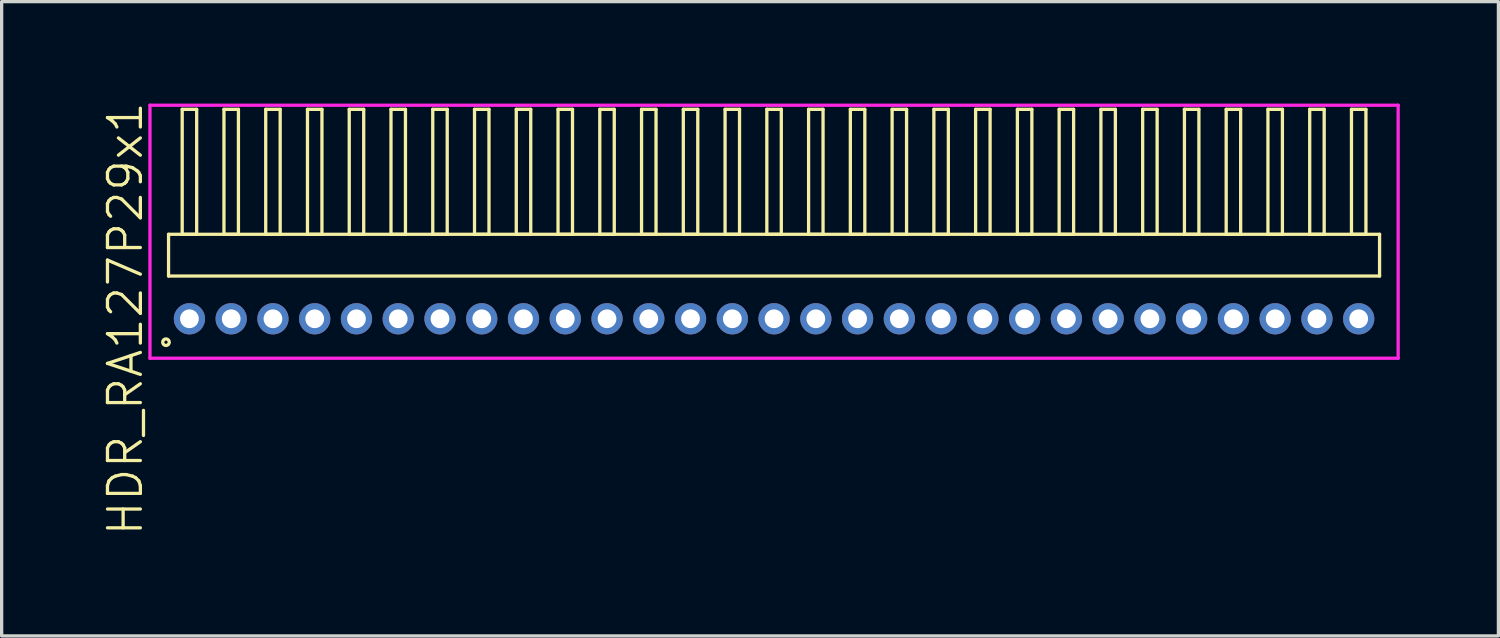
<source format=kicad_pcb>
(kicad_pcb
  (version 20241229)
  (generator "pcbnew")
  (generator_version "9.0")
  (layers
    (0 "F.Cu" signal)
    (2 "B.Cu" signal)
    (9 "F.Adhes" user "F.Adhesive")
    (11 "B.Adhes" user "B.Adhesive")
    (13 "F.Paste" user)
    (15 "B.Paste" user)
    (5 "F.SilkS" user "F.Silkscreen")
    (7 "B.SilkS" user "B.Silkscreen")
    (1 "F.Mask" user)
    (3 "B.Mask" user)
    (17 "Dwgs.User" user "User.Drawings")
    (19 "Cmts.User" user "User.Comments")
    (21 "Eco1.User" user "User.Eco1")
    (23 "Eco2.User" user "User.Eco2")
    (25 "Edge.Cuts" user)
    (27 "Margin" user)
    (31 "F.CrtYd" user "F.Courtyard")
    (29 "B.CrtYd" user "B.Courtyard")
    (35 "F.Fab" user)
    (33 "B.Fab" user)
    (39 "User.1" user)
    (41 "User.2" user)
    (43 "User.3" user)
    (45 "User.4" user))
  (footprint "HDR_RA127P29x1"
    (layer "F.Cu")
    (at 20.491 6.645)
    (property "Reference" "HDR_RA127P29x1" (at -19.73 0 90) (layer "F.SilkS") (effects (font (size 1 1) (thickness 0.1))))
    (attr through_hole)
    (fp_line (start -18.415 -2.57) (end -18.415 -1.3) (stroke (width 0.1) (type solid)) (layer "F.SilkS"))
    (fp_line (start -18.415 -1.3) (end 18.415 -1.3) (stroke (width 0.1) (type solid)) (layer "F.SilkS"))
    (fp_line (start -18 -6.37) (end -18 -2.57) (stroke (width 0.1) (type solid)) (layer "F.SilkS"))
    (fp_line (start -18 -2.57) (end -17.56 -2.57) (stroke (width 0.1) (type solid)) (layer "F.SilkS"))
    (fp_line (start -17.56 -6.37) (end -18 -6.37) (stroke (width 0.1) (type solid)) (layer "F.SilkS"))
    (fp_line (start -17.56 -2.57) (end -17.56 -6.37) (stroke (width 0.1) (type solid)) (layer "F.SilkS"))
    (fp_line (start -16.73 -6.37) (end -16.73 -2.57) (stroke (width 0.1) (type solid)) (layer "F.SilkS"))
    (fp_line (start -16.73 -2.57) (end -16.29 -2.57) (stroke (width 0.1) (type solid)) (layer "F.SilkS"))
    (fp_line (start -16.29 -6.37) (end -16.73 -6.37) (stroke (width 0.1) (type solid)) (layer "F.SilkS"))
    (fp_line (start -16.29 -2.57) (end -16.29 -6.37) (stroke (width 0.1) (type solid)) (layer "F.SilkS"))
    (fp_line (start -15.46 -6.37) (end -15.46 -2.57) (stroke (width 0.1) (type solid)) (layer "F.SilkS"))
    (fp_line (start -15.46 -2.57) (end -15.02 -2.57) (stroke (width 0.1) (type solid)) (layer "F.SilkS"))
    (fp_line (start -15.02 -6.37) (end -15.46 -6.37) (stroke (width 0.1) (type solid)) (layer "F.SilkS"))
    (fp_line (start -15.02 -2.57) (end -15.02 -6.37) (stroke (width 0.1) (type solid)) (layer "F.SilkS"))
    (fp_line (start -14.19 -6.37) (end -14.19 -2.57) (stroke (width 0.1) (type solid)) (layer "F.SilkS"))
    (fp_line (start -14.19 -2.57) (end -13.75 -2.57) (stroke (width 0.1) (type solid)) (layer "F.SilkS"))
    (fp_line (start -13.75 -6.37) (end -14.19 -6.37) (stroke (width 0.1) (type solid)) (layer "F.SilkS"))
    (fp_line (start -13.75 -2.57) (end -13.75 -6.37) (stroke (width 0.1) (type solid)) (layer "F.SilkS"))
    (fp_line (start -12.92 -6.37) (end -12.92 -2.57) (stroke (width 0.1) (type solid)) (layer "F.SilkS"))
    (fp_line (start -12.92 -2.57) (end -12.48 -2.57) (stroke (width 0.1) (type solid)) (layer "F.SilkS"))
    (fp_line (start -12.48 -6.37) (end -12.92 -6.37) (stroke (width 0.1) (type solid)) (layer "F.SilkS"))
    (fp_line (start -12.48 -2.57) (end -12.48 -6.37) (stroke (width 0.1) (type solid)) (layer "F.SilkS"))
    (fp_line (start -11.65 -6.37) (end -11.65 -2.57) (stroke (width 0.1) (type solid)) (layer "F.SilkS"))
    (fp_line (start -11.65 -2.57) (end -11.21 -2.57) (stroke (width 0.1) (type solid)) (layer "F.SilkS"))
    (fp_line (start -11.21 -6.37) (end -11.65 -6.37) (stroke (width 0.1) (type solid)) (layer "F.SilkS"))
    (fp_line (start -11.21 -2.57) (end -11.21 -6.37) (stroke (width 0.1) (type solid)) (layer "F.SilkS"))
    (fp_line (start -10.38 -6.37) (end -10.38 -2.57) (stroke (width 0.1) (type solid)) (layer "F.SilkS"))
    (fp_line (start -10.38 -2.57) (end -9.94 -2.57) (stroke (width 0.1) (type solid)) (layer "F.SilkS"))
    (fp_line (start -9.94 -6.37) (end -10.38 -6.37) (stroke (width 0.1) (type solid)) (layer "F.SilkS"))
    (fp_line (start -9.94 -2.57) (end -9.94 -6.37) (stroke (width 0.1) (type solid)) (layer "F.SilkS"))
    (fp_line (start -9.11 -6.37) (end -9.11 -2.57) (stroke (width 0.1) (type solid)) (layer "F.SilkS"))
    (fp_line (start -9.11 -2.57) (end -8.67 -2.57) (stroke (width 0.1) (type solid)) (layer "F.SilkS"))
    (fp_line (start -8.67 -6.37) (end -9.11 -6.37) (stroke (width 0.1) (type solid)) (layer "F.SilkS"))
    (fp_line (start -8.67 -2.57) (end -8.67 -6.37) (stroke (width 0.1) (type solid)) (layer "F.SilkS"))
    (fp_line (start -7.84 -6.37) (end -7.84 -2.57) (stroke (width 0.1) (type solid)) (layer "F.SilkS"))
    (fp_line (start -7.84 -2.57) (end -7.4 -2.57) (stroke (width 0.1) (type solid)) (layer "F.SilkS"))
    (fp_line (start -7.4 -6.37) (end -7.84 -6.37) (stroke (width 0.1) (type solid)) (layer "F.SilkS"))
    (fp_line (start -7.4 -2.57) (end -7.4 -6.37) (stroke (width 0.1) (type solid)) (layer "F.SilkS"))
    (fp_line (start -6.57 -6.37) (end -6.57 -2.57) (stroke (width 0.1) (type solid)) (layer "F.SilkS"))
    (fp_line (start -6.57 -2.57) (end -6.13 -2.57) (stroke (width 0.1) (type solid)) (layer "F.SilkS"))
    (fp_line (start -6.13 -6.37) (end -6.57 -6.37) (stroke (width 0.1) (type solid)) (layer "F.SilkS"))
    (fp_line (start -6.13 -2.57) (end -6.13 -6.37) (stroke (width 0.1) (type solid)) (layer "F.SilkS"))
    (fp_line (start -5.3 -6.37) (end -5.3 -2.57) (stroke (width 0.1) (type solid)) (layer "F.SilkS"))
    (fp_line (start -5.3 -2.57) (end -4.86 -2.57) (stroke (width 0.1) (type solid)) (layer "F.SilkS"))
    (fp_line (start -4.86 -6.37) (end -5.3 -6.37) (stroke (width 0.1) (type solid)) (layer "F.SilkS"))
    (fp_line (start -4.86 -2.57) (end -4.86 -6.37) (stroke (width 0.1) (type solid)) (layer "F.SilkS"))
    (fp_line (start -4.03 -6.37) (end -4.03 -2.57) (stroke (width 0.1) (type solid)) (layer "F.SilkS"))
    (fp_line (start -4.03 -2.57) (end -3.59 -2.57) (stroke (width 0.1) (type solid)) (layer "F.SilkS"))
    (fp_line (start -3.59 -6.37) (end -4.03 -6.37) (stroke (width 0.1) (type solid)) (layer "F.SilkS"))
    (fp_line (start -3.59 -2.57) (end -3.59 -6.37) (stroke (width 0.1) (type solid)) (layer "F.SilkS"))
    (fp_line (start -2.76 -6.37) (end -2.76 -2.57) (stroke (width 0.1) (type solid)) (layer "F.SilkS"))
    (fp_line (start -2.76 -2.57) (end -2.32 -2.57) (stroke (width 0.1) (type solid)) (layer "F.SilkS"))
    (fp_line (start -2.32 -6.37) (end -2.76 -6.37) (stroke (width 0.1) (type solid)) (layer "F.SilkS"))
    (fp_line (start -2.32 -2.57) (end -2.32 -6.37) (stroke (width 0.1) (type solid)) (layer "F.SilkS"))
    (fp_line (start -1.49 -6.37) (end -1.49 -2.57) (stroke (width 0.1) (type solid)) (layer "F.SilkS"))
    (fp_line (start -1.49 -2.57) (end -1.05 -2.57) (stroke (width 0.1) (type solid)) (layer "F.SilkS"))
    (fp_line (start -1.05 -6.37) (end -1.49 -6.37) (stroke (width 0.1) (type solid)) (layer "F.SilkS"))
    (fp_line (start -1.05 -2.57) (end -1.05 -6.37) (stroke (width 0.1) (type solid)) (layer "F.SilkS"))
    (fp_line (start -0.22 -6.37) (end -0.22 -2.57) (stroke (width 0.1) (type solid)) (layer "F.SilkS"))
    (fp_line (start -0.22 -2.57) (end 0.22 -2.57) (stroke (width 0.1) (type solid)) (layer "F.SilkS"))
    (fp_line (start 0.22 -6.37) (end -0.22 -6.37) (stroke (width 0.1) (type solid)) (layer "F.SilkS"))
    (fp_line (start 0.22 -2.57) (end 0.22 -6.37) (stroke (width 0.1) (type solid)) (layer "F.SilkS"))
    (fp_line (start 1.05 -6.37) (end 1.05 -2.57) (stroke (width 0.1) (type solid)) (layer "F.SilkS"))
    (fp_line (start 1.05 -2.57) (end 1.49 -2.57) (stroke (width 0.1) (type solid)) (layer "F.SilkS"))
    (fp_line (start 1.49 -6.37) (end 1.05 -6.37) (stroke (width 0.1) (type solid)) (layer "F.SilkS"))
    (fp_line (start 1.49 -2.57) (end 1.49 -6.37) (stroke (width 0.1) (type solid)) (layer "F.SilkS"))
    (fp_line (start 2.32 -6.37) (end 2.32 -2.57) (stroke (width 0.1) (type solid)) (layer "F.SilkS"))
    (fp_line (start 2.32 -2.57) (end 2.76 -2.57) (stroke (width 0.1) (type solid)) (layer "F.SilkS"))
    (fp_line (start 2.76 -6.37) (end 2.32 -6.37) (stroke (width 0.1) (type solid)) (layer "F.SilkS"))
    (fp_line (start 2.76 -2.57) (end 2.76 -6.37) (stroke (width 0.1) (type solid)) (layer "F.SilkS"))
    (fp_line (start 3.59 -6.37) (end 3.59 -2.57) (stroke (width 0.1) (type solid)) (layer "F.SilkS"))
    (fp_line (start 3.59 -2.57) (end 4.03 -2.57) (stroke (width 0.1) (type solid)) (layer "F.SilkS"))
    (fp_line (start 4.03 -6.37) (end 3.59 -6.37) (stroke (width 0.1) (type solid)) (layer "F.SilkS"))
    (fp_line (start 4.03 -2.57) (end 4.03 -6.37) (stroke (width 0.1) (type solid)) (layer "F.SilkS"))
    (fp_line (start 4.86 -6.37) (end 4.86 -2.57) (stroke (width 0.1) (type solid)) (layer "F.SilkS"))
    (fp_line (start 4.86 -2.57) (end 5.3 -2.57) (stroke (width 0.1) (type solid)) (layer "F.SilkS"))
    (fp_line (start 5.3 -6.37) (end 4.86 -6.37) (stroke (width 0.1) (type solid)) (layer "F.SilkS"))
    (fp_line (start 5.3 -2.57) (end 5.3 -6.37) (stroke (width 0.1) (type solid)) (layer "F.SilkS"))
    (fp_line (start 6.13 -6.37) (end 6.13 -2.57) (stroke (width 0.1) (type solid)) (layer "F.SilkS"))
    (fp_line (start 6.13 -2.57) (end 6.57 -2.57) (stroke (width 0.1) (type solid)) (layer "F.SilkS"))
    (fp_line (start 6.57 -6.37) (end 6.13 -6.37) (stroke (width 0.1) (type solid)) (layer "F.SilkS"))
    (fp_line (start 6.57 -2.57) (end 6.57 -6.37) (stroke (width 0.1) (type solid)) (layer "F.SilkS"))
    (fp_line (start 7.4 -6.37) (end 7.4 -2.57) (stroke (width 0.1) (type solid)) (layer "F.SilkS"))
    (fp_line (start 7.4 -2.57) (end 7.84 -2.57) (stroke (width 0.1) (type solid)) (layer "F.SilkS"))
    (fp_line (start 7.84 -6.37) (end 7.4 -6.37) (stroke (width 0.1) (type solid)) (layer "F.SilkS"))
    (fp_line (start 7.84 -2.57) (end 7.84 -6.37) (stroke (width 0.1) (type solid)) (layer "F.SilkS"))
    (fp_line (start 8.67 -6.37) (end 8.67 -2.57) (stroke (width 0.1) (type solid)) (layer "F.SilkS"))
    (fp_line (start 8.67 -2.57) (end 9.11 -2.57) (stroke (width 0.1) (type solid)) (layer "F.SilkS"))
    (fp_line (start 9.11 -6.37) (end 8.67 -6.37) (stroke (width 0.1) (type solid)) (layer "F.SilkS"))
    (fp_line (start 9.11 -2.57) (end 9.11 -6.37) (stroke (width 0.1) (type solid)) (layer "F.SilkS"))
    (fp_line (start 9.94 -6.37) (end 9.94 -2.57) (stroke (width 0.1) (type solid)) (layer "F.SilkS"))
    (fp_line (start 9.94 -2.57) (end 10.38 -2.57) (stroke (width 0.1) (type solid)) (layer "F.SilkS"))
    (fp_line (start 10.38 -6.37) (end 9.94 -6.37) (stroke (width 0.1) (type solid)) (layer "F.SilkS"))
    (fp_line (start 10.38 -2.57) (end 10.38 -6.37) (stroke (width 0.1) (type solid)) (layer "F.SilkS"))
    (fp_line (start 11.21 -6.37) (end 11.21 -2.57) (stroke (width 0.1) (type solid)) (layer "F.SilkS"))
    (fp_line (start 11.21 -2.57) (end 11.65 -2.57) (stroke (width 0.1) (type solid)) (layer "F.SilkS"))
    (fp_line (start 11.65 -6.37) (end 11.21 -6.37) (stroke (width 0.1) (type solid)) (layer "F.SilkS"))
    (fp_line (start 11.65 -2.57) (end 11.65 -6.37) (stroke (width 0.1) (type solid)) (layer "F.SilkS"))
    (fp_line (start 12.48 -6.37) (end 12.48 -2.57) (stroke (width 0.1) (type solid)) (layer "F.SilkS"))
    (fp_line (start 12.48 -2.57) (end 12.92 -2.57) (stroke (width 0.1) (type solid)) (layer "F.SilkS"))
    (fp_line (start 12.92 -6.37) (end 12.48 -6.37) (stroke (width 0.1) (type solid)) (layer "F.SilkS"))
    (fp_line (start 12.92 -2.57) (end 12.92 -6.37) (stroke (width 0.1) (type solid)) (layer "F.SilkS"))
    (fp_line (start 13.75 -6.37) (end 13.75 -2.57) (stroke (width 0.1) (type solid)) (layer "F.SilkS"))
    (fp_line (start 13.75 -2.57) (end 14.19 -2.57) (stroke (width 0.1) (type solid)) (layer "F.SilkS"))
    (fp_line (start 14.19 -6.37) (end 13.75 -6.37) (stroke (width 0.1) (type solid)) (layer "F.SilkS"))
    (fp_line (start 14.19 -2.57) (end 14.19 -6.37) (stroke (width 0.1) (type solid)) (layer "F.SilkS"))
    (fp_line (start 15.02 -6.37) (end 15.02 -2.57) (stroke (width 0.1) (type solid)) (layer "F.SilkS"))
    (fp_line (start 15.02 -2.57) (end 15.46 -2.57) (stroke (width 0.1) (type solid)) (layer "F.SilkS"))
    (fp_line (start 15.46 -6.37) (end 15.02 -6.37) (stroke (width 0.1) (type solid)) (layer "F.SilkS"))
    (fp_line (start 15.46 -2.57) (end 15.46 -6.37) (stroke (width 0.1) (type solid)) (layer "F.SilkS"))
    (fp_line (start 16.29 -6.37) (end 16.29 -2.57) (stroke (width 0.1) (type solid)) (layer "F.SilkS"))
    (fp_line (start 16.29 -2.57) (end 16.73 -2.57) (stroke (width 0.1) (type solid)) (layer "F.SilkS"))
    (fp_line (start 16.73 -6.37) (end 16.29 -6.37) (stroke (width 0.1) (type solid)) (layer "F.SilkS"))
    (fp_line (start 16.73 -2.57) (end 16.73 -6.37) (stroke (width 0.1) (type solid)) (layer "F.SilkS"))
    (fp_line (start 17.56 -6.37) (end 17.56 -2.57) (stroke (width 0.1) (type solid)) (layer "F.SilkS"))
    (fp_line (start 17.56 -2.57) (end 18 -2.57) (stroke (width 0.1) (type solid)) (layer "F.SilkS"))
    (fp_line (start 18 -6.37) (end 17.56 -6.37) (stroke (width 0.1) (type solid)) (layer "F.SilkS"))
    (fp_line (start 18 -2.57) (end 18 -6.37) (stroke (width 0.1) (type solid)) (layer "F.SilkS"))
    (fp_line (start 18.415 -2.57) (end -18.415 -2.57) (stroke (width 0.1) (type solid)) (layer "F.SilkS"))
    (fp_line (start 18.415 -1.3) (end 18.415 -2.57) (stroke (width 0.1) (type solid)) (layer "F.SilkS"))
    (fp_circle (center -18.493 0.712) (end -18.393 0.712) (stroke (width 0.1) (type solid)) (fill no) (layer "F.SilkS"))
    (fp_line (start -18.98 -6.495) (end -18.98 1.2) (stroke (width 0.1) (type solid)) (layer "F.CrtYd"))
    (fp_line (start -18.98 1.2) (end 18.98 1.2) (stroke (width 0.1) (type solid)) (layer "F.CrtYd"))
    (fp_line (start 18.98 -6.495) (end -18.98 -6.495) (stroke (width 0.1) (type solid)) (layer "F.CrtYd"))
    (fp_line (start 18.98 1.2) (end 18.98 -6.495) (stroke (width 0.1) (type solid)) (layer "F.CrtYd"))
    (pad "1" thru_hole oval (at -17.78 0) (size 0.95 0.95) (drill 0.57) (layers "*.Cu" "*.Mask"))
    (pad "2" thru_hole oval (at -16.51 0) (size 0.95 0.95) (drill 0.57) (layers "*.Cu" "*.Mask"))
    (pad "3" thru_hole oval (at -15.24 0) (size 0.95 0.95) (drill 0.57) (layers "*.Cu" "*.Mask"))
    (pad "4" thru_hole oval (at -13.97 0) (size 0.95 0.95) (drill 0.57) (layers "*.Cu" "*.Mask"))
    (pad "5" thru_hole oval (at -12.7 0) (size 0.95 0.95) (drill 0.57) (layers "*.Cu" "*.Mask"))
    (pad "6" thru_hole oval (at -11.43 0) (size 0.95 0.95) (drill 0.57) (layers "*.Cu" "*.Mask"))
    (pad "7" thru_hole oval (at -10.16 0) (size 0.95 0.95) (drill 0.57) (layers "*.Cu" "*.Mask"))
    (pad "8" thru_hole oval (at -8.89 0) (size 0.95 0.95) (drill 0.57) (layers "*.Cu" "*.Mask"))
    (pad "9" thru_hole oval (at -7.62 0) (size 0.95 0.95) (drill 0.57) (layers "*.Cu" "*.Mask"))
    (pad "10" thru_hole oval (at -6.35 0) (size 0.95 0.95) (drill 0.57) (layers "*.Cu" "*.Mask"))
    (pad "11" thru_hole oval (at -5.08 0) (size 0.95 0.95) (drill 0.57) (layers "*.Cu" "*.Mask"))
    (pad "12" thru_hole oval (at -3.81 0) (size 0.95 0.95) (drill 0.57) (layers "*.Cu" "*.Mask"))
    (pad "13" thru_hole oval (at -2.54 0) (size 0.95 0.95) (drill 0.57) (layers "*.Cu" "*.Mask"))
    (pad "14" thru_hole oval (at -1.27 0) (size 0.95 0.95) (drill 0.57) (layers "*.Cu" "*.Mask"))
    (pad "15" thru_hole oval (at 0 0) (size 0.95 0.95) (drill 0.57) (layers "*.Cu" "*.Mask"))
    (pad "16" thru_hole oval (at 1.27 0) (size 0.95 0.95) (drill 0.57) (layers "*.Cu" "*.Mask"))
    (pad "17" thru_hole oval (at 2.54 0) (size 0.95 0.95) (drill 0.57) (layers "*.Cu" "*.Mask"))
    (pad "18" thru_hole oval (at 3.81 0) (size 0.95 0.95) (drill 0.57) (layers "*.Cu" "*.Mask"))
    (pad "19" thru_hole oval (at 5.08 0) (size 0.95 0.95) (drill 0.57) (layers "*.Cu" "*.Mask"))
    (pad "20" thru_hole oval (at 6.35 0) (size 0.95 0.95) (drill 0.57) (layers "*.Cu" "*.Mask"))
    (pad "21" thru_hole oval (at 7.62 0) (size 0.95 0.95) (drill 0.57) (layers "*.Cu" "*.Mask"))
    (pad "22" thru_hole oval (at 8.89 0) (size 0.95 0.95) (drill 0.57) (layers "*.Cu" "*.Mask"))
    (pad "23" thru_hole oval (at 10.16 0) (size 0.95 0.95) (drill 0.57) (layers "*.Cu" "*.Mask"))
    (pad "24" thru_hole oval (at 11.43 0) (size 0.95 0.95) (drill 0.57) (layers "*.Cu" "*.Mask"))
    (pad "25" thru_hole oval (at 12.7 0) (size 0.95 0.95) (drill 0.57) (layers "*.Cu" "*.Mask"))
    (pad "26" thru_hole oval (at 13.97 0) (size 0.95 0.95) (drill 0.57) (layers "*.Cu" "*.Mask"))
    (pad "27" thru_hole oval (at 15.24 0) (size 0.95 0.95) (drill 0.57) (layers "*.Cu" "*.Mask"))
    (pad "28" thru_hole oval (at 16.51 0) (size 0.95 0.95) (drill 0.57) (layers "*.Cu" "*.Mask"))
    (pad "29" thru_hole oval (at 17.78 0) (size 0.95 0.95) (drill 0.57) (layers "*.Cu" "*.Mask")))
  (gr_rect
    (start -3 -3)
    (end 42.52 16.29)
    (stroke (width 0.1) (type default))
    (fill no)
    (layer "Edge.Cuts")))
</source>
